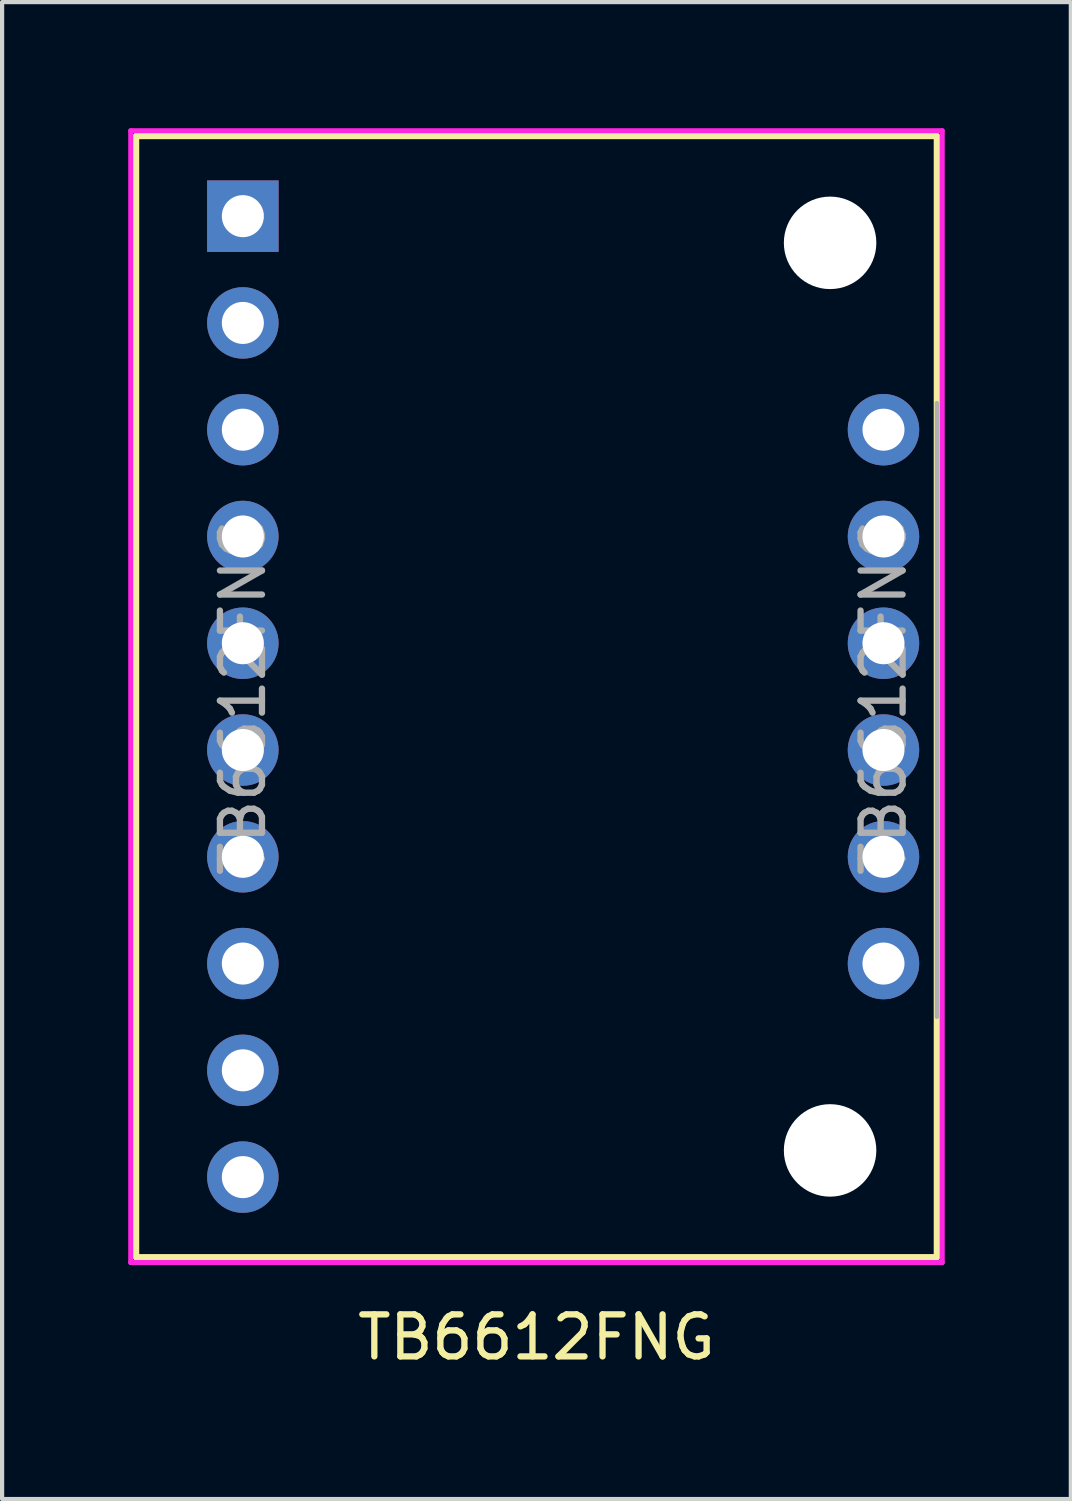
<source format=kicad_pcb>
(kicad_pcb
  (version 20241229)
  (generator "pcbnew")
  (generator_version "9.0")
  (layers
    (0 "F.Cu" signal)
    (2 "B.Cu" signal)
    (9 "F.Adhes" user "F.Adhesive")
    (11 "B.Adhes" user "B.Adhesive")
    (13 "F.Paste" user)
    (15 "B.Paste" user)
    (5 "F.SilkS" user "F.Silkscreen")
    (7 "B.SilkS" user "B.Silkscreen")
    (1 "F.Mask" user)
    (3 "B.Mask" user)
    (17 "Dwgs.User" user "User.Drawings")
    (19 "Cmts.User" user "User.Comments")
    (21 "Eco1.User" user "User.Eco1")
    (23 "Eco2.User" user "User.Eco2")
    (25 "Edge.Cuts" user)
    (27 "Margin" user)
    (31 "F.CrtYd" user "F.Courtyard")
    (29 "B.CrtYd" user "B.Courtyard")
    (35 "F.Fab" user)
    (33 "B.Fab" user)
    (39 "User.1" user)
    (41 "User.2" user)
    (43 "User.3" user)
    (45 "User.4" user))
  (footprint "TB6612FNG"
    (layer "F.Cu")
    (at 9.712 13.522)
    (property "Reference" "TB6612FNG" (at 0 15.24 0) (layer "F.SilkS") (effects (font (size 1 1) (thickness 0.15))))
    (attr through_hole)
    (fp_line (start -9.525 -13.335) (end -9.525 13.335) (stroke (width 0.15) (type solid)) (layer "F.SilkS"))
    (fp_line (start -9.525 -13.335) (end 9.525 -13.335) (stroke (width 0.15) (type solid)) (layer "F.SilkS"))
    (fp_line (start 9.525 -13.335) (end 9.525 13.335) (stroke (width 0.15) (type solid)) (layer "F.SilkS"))
    (fp_line (start 9.525 13.335) (end -9.525 13.335) (stroke (width 0.15) (type solid)) (layer "F.SilkS"))
    (fp_line (start -9.652 -13.462) (end 9.652 -13.462) (stroke (width 0.12) (type solid)) (layer "F.CrtYd"))
    (fp_line (start -9.652 13.462) (end -9.652 -13.462) (stroke (width 0.12) (type solid)) (layer "F.CrtYd"))
    (fp_line (start 9.652 -13.462) (end 9.652 13.462) (stroke (width 0.12) (type solid)) (layer "F.CrtYd"))
    (fp_line (start 9.652 13.462) (end -9.652 13.462) (stroke (width 0.12) (type solid)) (layer "F.CrtYd"))
    (fp_line (start 9.525 -6.985) (end 9.525 7.62) (stroke (width 0.1) (type solid)) (layer "F.Fab"))
    (fp_text user "${REFERENCE}" (at 8.255 0 90) (layer "F.Fab") (effects (font (size 1 1) (thickness 0.15))))
    (fp_text user "${REFERENCE}" (at -6.985 0 90) (layer "F.Fab") (effects (font (size 1 1) (thickness 0.15))))
    (pad "" np_thru_hole circle (at 6.985 -10.795) (size 2.2 2.2) (drill 2.2) (layers "*.Cu" "*.Mask"))
    (pad "" np_thru_hole circle (at 6.985 10.795) (size 2.2 2.2) (drill 2.2) (layers "*.Cu" "*.Mask"))
    (pad "1" thru_hole rect (at -6.985 -11.43) (size 1.7 1.7) (drill 1) (layers "*.Cu" "*.Mask"))
    (pad "2" thru_hole oval (at -6.985 -8.89) (size 1.7 1.7) (drill 1) (layers "*.Cu" "*.Mask"))
    (pad "3" thru_hole oval (at -6.985 -6.35) (size 1.7 1.7) (drill 1) (layers "*.Cu" "*.Mask"))
    (pad "4" thru_hole oval (at -6.985 -3.81) (size 1.7 1.7) (drill 1) (layers "*.Cu" "*.Mask"))
    (pad "5" thru_hole oval (at -6.985 -1.27) (size 1.7 1.7) (drill 1) (layers "*.Cu" "*.Mask"))
    (pad "6" thru_hole oval (at -6.985 1.27) (size 1.7 1.7) (drill 1) (layers "*.Cu" "*.Mask"))
    (pad "7" thru_hole oval (at -6.985 3.81) (size 1.7 1.7) (drill 1) (layers "*.Cu" "*.Mask"))
    (pad "8" thru_hole oval (at -6.985 6.35) (size 1.7 1.7) (drill 1) (layers "*.Cu" "*.Mask"))
    (pad "9" thru_hole oval (at -6.985 8.89) (size 1.7 1.7) (drill 1) (layers "*.Cu" "*.Mask"))
    (pad "10" thru_hole oval (at -6.985 11.43) (size 1.7 1.7) (drill 1) (layers "*.Cu" "*.Mask"))
    (pad "11" thru_hole oval (at 8.255 -6.35) (size 1.7 1.7) (drill 1) (layers "*.Cu" "*.Mask"))
    (pad "12" thru_hole oval (at 8.255 -3.81) (size 1.7 1.7) (drill 1) (layers "*.Cu" "*.Mask"))
    (pad "13" thru_hole oval (at 8.255 -1.27) (size 1.7 1.7) (drill 1) (layers "*.Cu" "*.Mask"))
    (pad "14" thru_hole oval (at 8.255 1.27) (size 1.7 1.7) (drill 1) (layers "*.Cu" "*.Mask"))
    (pad "15" thru_hole oval (at 8.255 3.81) (size 1.7 1.7) (drill 1) (layers "*.Cu" "*.Mask"))
    (pad "16" thru_hole oval (at 8.255 6.35) (size 1.7 1.7) (drill 1) (layers "*.Cu" "*.Mask")))
  (gr_rect
    (start -3 -3)
    (end 22.424 32.61)
    (stroke (width 0.1) (type default))
    (fill no)
    (layer "Edge.Cuts")))
</source>
